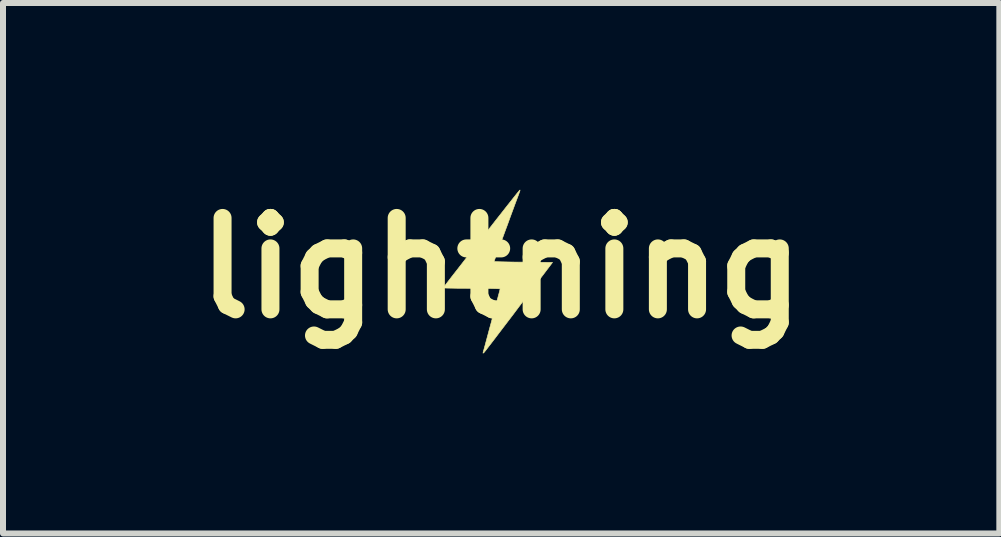
<source format=kicad_pcb>
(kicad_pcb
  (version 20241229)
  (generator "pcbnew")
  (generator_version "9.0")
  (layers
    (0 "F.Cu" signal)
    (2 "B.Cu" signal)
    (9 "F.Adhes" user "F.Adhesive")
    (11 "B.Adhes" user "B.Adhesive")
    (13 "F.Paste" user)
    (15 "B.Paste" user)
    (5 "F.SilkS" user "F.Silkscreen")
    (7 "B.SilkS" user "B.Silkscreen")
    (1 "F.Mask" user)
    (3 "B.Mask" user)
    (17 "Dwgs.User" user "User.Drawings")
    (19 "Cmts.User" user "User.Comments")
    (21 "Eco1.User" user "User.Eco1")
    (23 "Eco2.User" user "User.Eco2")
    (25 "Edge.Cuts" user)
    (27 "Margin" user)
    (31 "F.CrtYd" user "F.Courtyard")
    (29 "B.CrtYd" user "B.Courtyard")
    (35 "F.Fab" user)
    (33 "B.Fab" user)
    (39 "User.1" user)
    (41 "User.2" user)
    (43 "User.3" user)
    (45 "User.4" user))
  (footprint "lightning"
    (layer "F.Cu")
    (at 5.305 1.418)
    (property "Reference" "lightning" (at 0 0 0) (layer "F.SilkS") (effects (font (size 1.524 1.524) (thickness 0.3))))
    (attr through_hole)
    (fp_poly (pts (xy 0.314 -1.29) (xy 0.304 -1.262) (xy 0.288 -1.218) (xy 0.263 -1.151) (xy 0.231 -1.066) (xy 0.194 -0.965) (xy 0.153 -0.855) (xy 0.111 -0.738) (xy 0.067 -0.62) (xy 0.025 -0.505) (xy -0.015 -0.396) (xy -0.05 -0.299) (xy -0.08 -0.218) (xy -0.102 -0.156) (xy -0.115 -0.119) (xy -0.119 -0.109) (xy -0.102 -0.107) (xy -0.056 -0.105) (xy 0.015 -0.103) (xy 0.107 -0.101) (xy 0.217 -0.099) (xy 0.339 -0.098) (xy 0.369 -0.098) (xy 0.856 -0.093) (xy 0.294 0.649) (xy 0.189 0.789) (xy 0.089 0.92) (xy -0.004 1.042) (xy -0.086 1.15) (xy -0.157 1.243) (xy -0.215 1.318) (xy -0.257 1.373) (xy -0.282 1.404) (xy -0.288 1.411) (xy -0.302 1.42) (xy -0.3 1.401) (xy -0.299 1.397) (xy -0.288 1.36) (xy -0.271 1.298) (xy -0.249 1.216) (xy -0.223 1.119) (xy -0.194 1.011) (xy -0.163 0.898) (xy -0.133 0.784) (xy -0.103 0.674) (xy -0.076 0.573) (xy -0.053 0.485) (xy -0.034 0.415) (xy -0.022 0.368) (xy -0.017 0.348) (xy -0.017 0.348) (xy -0.033 0.346) (xy -0.079 0.344) (xy -0.15 0.342) (xy -0.242 0.34) (xy -0.351 0.339) (xy -0.472 0.339) (xy -0.491 0.339) (xy -0.614 0.338) (xy -0.725 0.338) (xy -0.82 0.336) (xy -0.894 0.335) (xy -0.944 0.333) (xy -0.965 0.331) (xy -0.965 0.33) (xy -0.955 0.316) (xy -0.926 0.278) (xy -0.881 0.219) (xy -0.821 0.141) (xy -0.749 0.049) (xy -0.667 -0.056) (xy -0.578 -0.171) (xy -0.483 -0.293) (xy -0.384 -0.419) (xy -0.285 -0.547) (xy -0.186 -0.672) (xy -0.091 -0.794) (xy -0.001 -0.908) (xy 0.081 -1.013) (xy 0.154 -1.105) (xy 0.214 -1.181) (xy 0.26 -1.239) (xy 0.29 -1.275) (xy 0.3 -1.287) (xy 0.314 -1.3) (xy 0.314 -1.29)) (stroke (width 0.01) (type solid)) (fill yes) (layer "F.SilkS")))
  (gr_rect
    (start -3 -3)
    (end 13.61 5.843)
    (stroke (width 0.1) (type default))
    (fill no)
    (layer "Edge.Cuts")))
</source>
